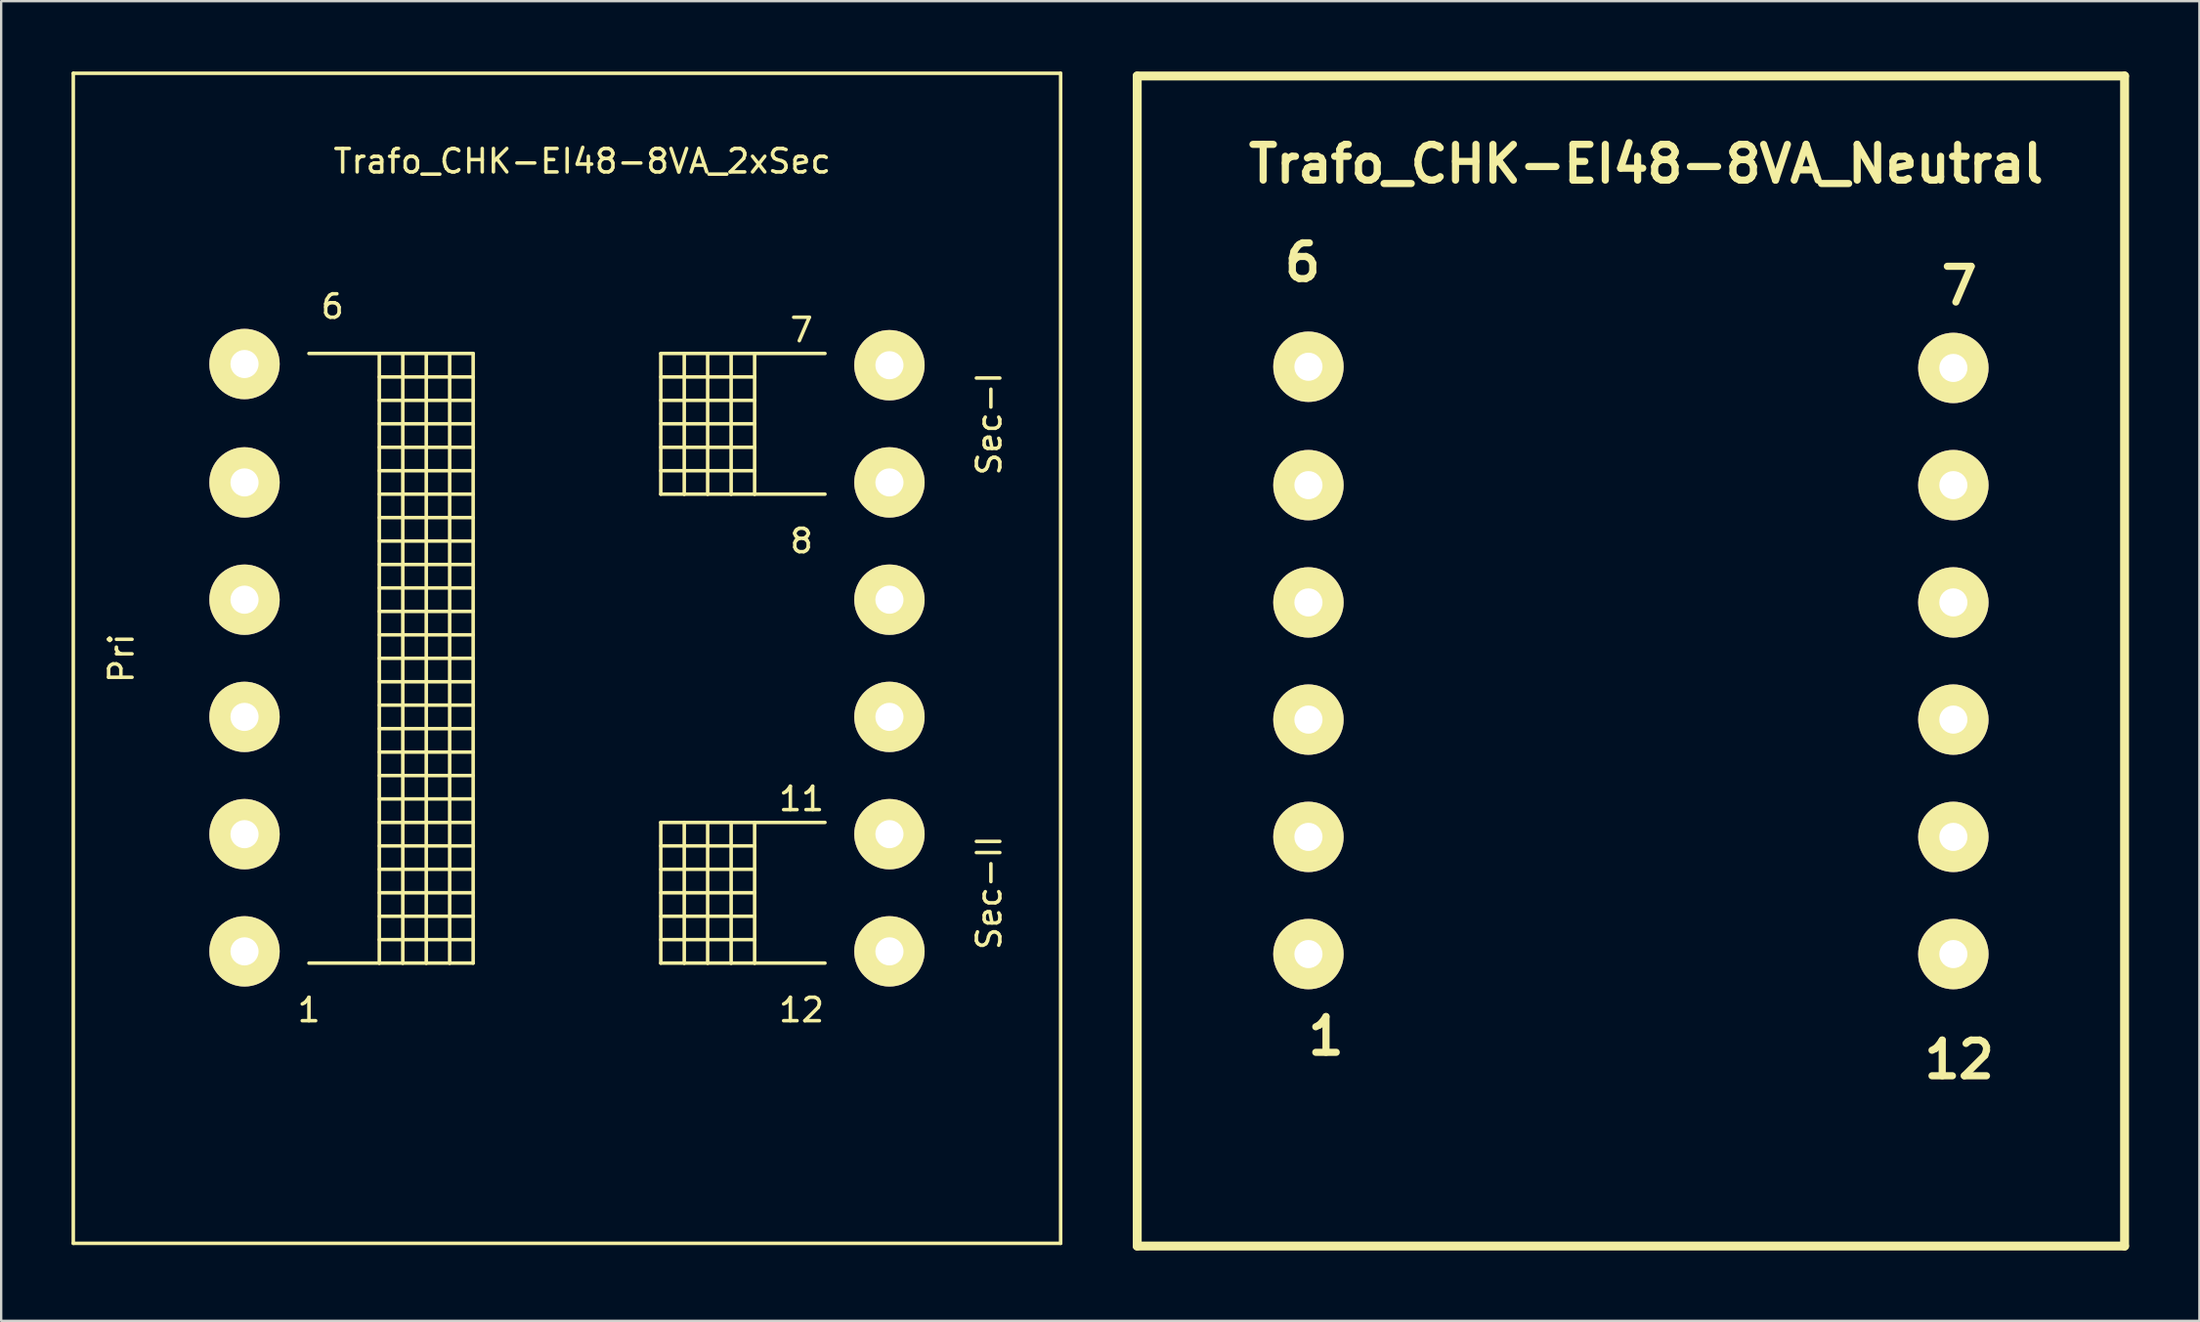
<source format=kicad_pcb>
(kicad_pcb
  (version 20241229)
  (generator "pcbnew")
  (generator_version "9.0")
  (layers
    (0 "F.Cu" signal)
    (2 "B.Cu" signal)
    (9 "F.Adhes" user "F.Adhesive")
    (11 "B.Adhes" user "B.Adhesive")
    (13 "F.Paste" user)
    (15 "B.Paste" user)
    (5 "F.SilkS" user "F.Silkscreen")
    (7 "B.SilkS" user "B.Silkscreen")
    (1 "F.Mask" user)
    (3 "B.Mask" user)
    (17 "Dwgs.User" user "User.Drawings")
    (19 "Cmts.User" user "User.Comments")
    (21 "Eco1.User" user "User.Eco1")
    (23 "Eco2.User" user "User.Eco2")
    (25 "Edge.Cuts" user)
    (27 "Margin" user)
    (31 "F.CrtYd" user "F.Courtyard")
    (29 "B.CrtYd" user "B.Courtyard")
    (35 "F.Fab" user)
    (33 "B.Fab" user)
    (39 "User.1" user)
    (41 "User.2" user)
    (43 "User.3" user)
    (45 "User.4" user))
  (footprint "Trafo_CHK-EI48-8VA_2xSec"
    (layer "F.Cu")
    (at 21.124 25.025)
    (property "Reference" "Trafo_CHK-EI48-8VA_2xSec" (at 0.65 -21.199 0) (layer "F.SilkS") (effects (font (size 1 1) (thickness 0.15))))
    (attr through_hole)
    (fp_line (start -21.049 -24.95) (end 21.049 -24.95) (stroke (width 0.15) (type solid)) (layer "F.SilkS"))
    (fp_line (start -21.049 24.95) (end -21.049 -24.95) (stroke (width 0.15) (type solid)) (layer "F.SilkS"))
    (fp_line (start -11.001 -13) (end -8.001 -13) (stroke (width 0.15) (type solid)) (layer "F.SilkS"))
    (fp_line (start -8.001 -13) (end -8.001 13) (stroke (width 0.15) (type solid)) (layer "F.SilkS"))
    (fp_line (start -8.001 -13) (end -7 -13) (stroke (width 0.15) (type solid)) (layer "F.SilkS"))
    (fp_line (start -8.001 -11.999) (end -4 -11.999) (stroke (width 0.15) (type solid)) (layer "F.SilkS"))
    (fp_line (start -8.001 -11.001) (end -4 -11.001) (stroke (width 0.15) (type solid)) (layer "F.SilkS"))
    (fp_line (start -8.001 -10) (end -4 -10) (stroke (width 0.15) (type solid)) (layer "F.SilkS"))
    (fp_line (start -8.001 -8.999) (end -4 -8.999) (stroke (width 0.15) (type solid)) (layer "F.SilkS"))
    (fp_line (start -8.001 -8.001) (end -4 -8.001) (stroke (width 0.15) (type solid)) (layer "F.SilkS"))
    (fp_line (start -8.001 -7) (end -4 -7) (stroke (width 0.15) (type solid)) (layer "F.SilkS"))
    (fp_line (start -8.001 -5.999) (end -4 -5.999) (stroke (width 0.15) (type solid)) (layer "F.SilkS"))
    (fp_line (start -8.001 -5.001) (end -4 -5.001) (stroke (width 0.15) (type solid)) (layer "F.SilkS"))
    (fp_line (start -8.001 -4) (end -4 -4) (stroke (width 0.15) (type solid)) (layer "F.SilkS"))
    (fp_line (start -8.001 -3) (end -4 -3) (stroke (width 0.15) (type solid)) (layer "F.SilkS"))
    (fp_line (start -8.001 -1.001) (end -4 -1.001) (stroke (width 0.15) (type solid)) (layer "F.SilkS"))
    (fp_line (start -8.001 0) (end -4 0) (stroke (width 0.15) (type solid)) (layer "F.SilkS"))
    (fp_line (start -8.001 1.999) (end -4 1.999) (stroke (width 0.15) (type solid)) (layer "F.SilkS"))
    (fp_line (start -8.001 4) (end -4 4) (stroke (width 0.15) (type solid)) (layer "F.SilkS"))
    (fp_line (start -8.001 5.999) (end -4 5.999) (stroke (width 0.15) (type solid)) (layer "F.SilkS"))
    (fp_line (start -8.001 8.001) (end -4 8.001) (stroke (width 0.15) (type solid)) (layer "F.SilkS"))
    (fp_line (start -8.001 10) (end -4 10) (stroke (width 0.15) (type solid)) (layer "F.SilkS"))
    (fp_line (start -8.001 11.999) (end -4 11.999) (stroke (width 0.15) (type solid)) (layer "F.SilkS"))
    (fp_line (start -8.001 13) (end -11.001 13) (stroke (width 0.15) (type solid)) (layer "F.SilkS"))
    (fp_line (start -7 -13) (end -7 13) (stroke (width 0.15) (type solid)) (layer "F.SilkS"))
    (fp_line (start -7 -13) (end -5.999 -13) (stroke (width 0.15) (type solid)) (layer "F.SilkS"))
    (fp_line (start -7 13) (end -8.001 13) (stroke (width 0.15) (type solid)) (layer "F.SilkS"))
    (fp_line (start -5.999 -13) (end -5.999 13) (stroke (width 0.15) (type solid)) (layer "F.SilkS"))
    (fp_line (start -5.999 -13) (end -5.001 -13) (stroke (width 0.15) (type solid)) (layer "F.SilkS"))
    (fp_line (start -5.999 13) (end -7 13) (stroke (width 0.15) (type solid)) (layer "F.SilkS"))
    (fp_line (start -5.001 -13) (end -5.001 13) (stroke (width 0.15) (type solid)) (layer "F.SilkS"))
    (fp_line (start -5.001 -13) (end -4 -13) (stroke (width 0.15) (type solid)) (layer "F.SilkS"))
    (fp_line (start -5.001 13) (end -5.999 13) (stroke (width 0.15) (type solid)) (layer "F.SilkS"))
    (fp_line (start -4 -13) (end -4 13) (stroke (width 0.15) (type solid)) (layer "F.SilkS"))
    (fp_line (start -4 -1.999) (end -8.001 -1.999) (stroke (width 0.15) (type solid)) (layer "F.SilkS"))
    (fp_line (start -4 1.001) (end -8.001 1.001) (stroke (width 0.15) (type solid)) (layer "F.SilkS"))
    (fp_line (start -4 3) (end -8.001 3) (stroke (width 0.15) (type solid)) (layer "F.SilkS"))
    (fp_line (start -4 5.001) (end -8.001 5.001) (stroke (width 0.15) (type solid)) (layer "F.SilkS"))
    (fp_line (start -4 7) (end -8.001 7) (stroke (width 0.15) (type solid)) (layer "F.SilkS"))
    (fp_line (start -4 8.999) (end -8.001 8.999) (stroke (width 0.15) (type solid)) (layer "F.SilkS"))
    (fp_line (start -4 11.001) (end -8.001 11.001) (stroke (width 0.15) (type solid)) (layer "F.SilkS"))
    (fp_line (start -4 13) (end -5.001 13) (stroke (width 0.15) (type solid)) (layer "F.SilkS"))
    (fp_line (start 4 -13) (end 4 -7) (stroke (width 0.15) (type solid)) (layer "F.SilkS"))
    (fp_line (start 4 -11.999) (end 8.001 -11.999) (stroke (width 0.15) (type solid)) (layer "F.SilkS"))
    (fp_line (start 4 -11.001) (end 8.001 -11.001) (stroke (width 0.15) (type solid)) (layer "F.SilkS"))
    (fp_line (start 4 -10) (end 8.001 -10) (stroke (width 0.15) (type solid)) (layer "F.SilkS"))
    (fp_line (start 4 -8.999) (end 8.001 -8.999) (stroke (width 0.15) (type solid)) (layer "F.SilkS"))
    (fp_line (start 4 -8.001) (end 8.001 -8.001) (stroke (width 0.15) (type solid)) (layer "F.SilkS"))
    (fp_line (start 4 -7) (end 5.001 -7) (stroke (width 0.15) (type solid)) (layer "F.SilkS"))
    (fp_line (start 4 7) (end 4 13) (stroke (width 0.15) (type solid)) (layer "F.SilkS"))
    (fp_line (start 4 8.001) (end 8.001 8.001) (stroke (width 0.15) (type solid)) (layer "F.SilkS"))
    (fp_line (start 4 8.999) (end 8.001 8.999) (stroke (width 0.15) (type solid)) (layer "F.SilkS"))
    (fp_line (start 4 10) (end 8.001 10) (stroke (width 0.15) (type solid)) (layer "F.SilkS"))
    (fp_line (start 4 11.001) (end 8.001 11.001) (stroke (width 0.15) (type solid)) (layer "F.SilkS"))
    (fp_line (start 4 11.999) (end 8.001 11.999) (stroke (width 0.15) (type solid)) (layer "F.SilkS"))
    (fp_line (start 4 13) (end 5.001 13) (stroke (width 0.15) (type solid)) (layer "F.SilkS"))
    (fp_line (start 5.001 -13) (end 4 -13) (stroke (width 0.15) (type solid)) (layer "F.SilkS"))
    (fp_line (start 5.001 -13) (end 5.001 -7) (stroke (width 0.15) (type solid)) (layer "F.SilkS"))
    (fp_line (start 5.001 -7) (end 5.999 -7) (stroke (width 0.15) (type solid)) (layer "F.SilkS"))
    (fp_line (start 5.001 7) (end 4 7) (stroke (width 0.15) (type solid)) (layer "F.SilkS"))
    (fp_line (start 5.001 7) (end 5.001 13) (stroke (width 0.15) (type solid)) (layer "F.SilkS"))
    (fp_line (start 5.001 13) (end 5.999 13) (stroke (width 0.15) (type solid)) (layer "F.SilkS"))
    (fp_line (start 5.999 -13) (end 5.001 -13) (stroke (width 0.15) (type solid)) (layer "F.SilkS"))
    (fp_line (start 5.999 -13) (end 5.999 -7) (stroke (width 0.15) (type solid)) (layer "F.SilkS"))
    (fp_line (start 5.999 -7) (end 7 -7) (stroke (width 0.15) (type solid)) (layer "F.SilkS"))
    (fp_line (start 5.999 7) (end 5.001 7) (stroke (width 0.15) (type solid)) (layer "F.SilkS"))
    (fp_line (start 5.999 7) (end 5.999 13) (stroke (width 0.15) (type solid)) (layer "F.SilkS"))
    (fp_line (start 5.999 13) (end 7 13) (stroke (width 0.15) (type solid)) (layer "F.SilkS"))
    (fp_line (start 7 -13) (end 5.999 -13) (stroke (width 0.15) (type solid)) (layer "F.SilkS"))
    (fp_line (start 7 -13) (end 7 -7) (stroke (width 0.15) (type solid)) (layer "F.SilkS"))
    (fp_line (start 7 -7) (end 8.001 -7) (stroke (width 0.15) (type solid)) (layer "F.SilkS"))
    (fp_line (start 7 7) (end 5.999 7) (stroke (width 0.15) (type solid)) (layer "F.SilkS"))
    (fp_line (start 7 7) (end 7 13) (stroke (width 0.15) (type solid)) (layer "F.SilkS"))
    (fp_line (start 7 13) (end 8.001 13) (stroke (width 0.15) (type solid)) (layer "F.SilkS"))
    (fp_line (start 8.001 -13) (end 7 -13) (stroke (width 0.15) (type solid)) (layer "F.SilkS"))
    (fp_line (start 8.001 -13) (end 8.001 -7) (stroke (width 0.15) (type solid)) (layer "F.SilkS"))
    (fp_line (start 8.001 -7) (end 11.001 -7) (stroke (width 0.15) (type solid)) (layer "F.SilkS"))
    (fp_line (start 8.001 7) (end 7 7) (stroke (width 0.15) (type solid)) (layer "F.SilkS"))
    (fp_line (start 8.001 7) (end 8.001 13) (stroke (width 0.15) (type solid)) (layer "F.SilkS"))
    (fp_line (start 8.001 13) (end 11.001 13) (stroke (width 0.15) (type solid)) (layer "F.SilkS"))
    (fp_line (start 11.001 -13) (end 8.001 -13) (stroke (width 0.15) (type solid)) (layer "F.SilkS"))
    (fp_line (start 11.001 7) (end 8.001 7) (stroke (width 0.15) (type solid)) (layer "F.SilkS"))
    (fp_line (start 21.049 -24.95) (end 21.049 24.95) (stroke (width 0.15) (type solid)) (layer "F.SilkS"))
    (fp_line (start 21.049 24.95) (end -21.049 24.95) (stroke (width 0.15) (type solid)) (layer "F.SilkS"))
    (fp_text user "1" (at -11.001 15.001 0) (layer "F.SilkS") (effects (font (size 1 1) (thickness 0.15))))
    (fp_text user "Sec-I" (at 18.001 -10 90) (layer "F.SilkS") (effects (font (size 1 1) (thickness 0.15))))
    (fp_text user "6" (at -10 -15.001 0) (layer "F.SilkS") (effects (font (size 1 1) (thickness 0.15))))
    (fp_text user "11" (at 10 5.999 0) (layer "F.SilkS") (effects (font (size 1 1) (thickness 0.15))))
    (fp_text user "Sec-II" (at 18.001 10 90) (layer "F.SilkS") (effects (font (size 1 1) (thickness 0.15))))
    (fp_text user "8" (at 10 -5.001 0) (layer "F.SilkS") (effects (font (size 1 1) (thickness 0.15))))
    (fp_text user "12" (at 10 15.001 0) (layer "F.SilkS") (effects (font (size 1 1) (thickness 0.15))))
    (fp_text user "Pri" (at -18.999 0 90) (layer "F.SilkS") (effects (font (size 1 1) (thickness 0.15))))
    (fp_text user "7" (at 10 -14 0) (layer "F.SilkS") (effects (font (size 1 1) (thickness 0.15))))
    (pad "1" thru_hole circle (at -13.749 12.499) (size 3 3) (drill 1.199) (layers "*.Cu" "*.Mask" "F.SilkS"))
    (pad "2" thru_hole circle (at -13.749 7.501) (size 3 3) (drill 1.199) (layers "*.Cu" "*.Mask" "F.SilkS"))
    (pad "3" thru_hole circle (at -13.749 2.499) (size 3 3) (drill 1.199) (layers "*.Cu" "*.Mask" "F.SilkS"))
    (pad "4" thru_hole circle (at -13.749 -2.499) (size 3 3) (drill 1.199) (layers "*.Cu" "*.Mask" "F.SilkS"))
    (pad "5" thru_hole circle (at -13.749 -7.501) (size 3 3) (drill 1.199) (layers "*.Cu" "*.Mask" "F.SilkS"))
    (pad "6" thru_hole circle (at -13.749 -12.55) (size 3 3) (drill 1.199) (layers "*.Cu" "*.Mask" "F.SilkS"))
    (pad "7" thru_hole circle (at 13.749 -12.499) (size 3 3) (drill 1.199) (layers "*.Cu" "*.Mask" "F.SilkS"))
    (pad "8" thru_hole circle (at 13.749 -7.501) (size 3 3) (drill 1.199) (layers "*.Cu" "*.Mask" "F.SilkS"))
    (pad "9" thru_hole circle (at 13.749 -2.499) (size 3 3) (drill 1.199) (layers "*.Cu" "*.Mask" "F.SilkS"))
    (pad "10" thru_hole circle (at 13.749 2.499) (size 3 3) (drill 1.199) (layers "*.Cu" "*.Mask" "F.SilkS"))
    (pad "11" thru_hole circle (at 13.749 7.501) (size 3 3) (drill 1.199) (layers "*.Cu" "*.Mask" "F.SilkS"))
    (pad "12" thru_hole circle (at 13.749 12.499) (size 3 3) (drill 1.199) (layers "*.Cu" "*.Mask" "F.SilkS")))
  (footprint "Trafo_CHK-EI48-8VA_Neutral"
    (layer "F.Cu")
    (at 66.487 25.141)
    (property "Reference" "Trafo_CHK-EI48-8VA_Neutral" (at 0.65 -21.199 0) (layer "F.SilkS") (effects (font (size 1.524 1.524) (thickness 0.305))))
    (attr through_hole)
    (fp_line (start -21.049 -24.95) (end 21.049 -24.95) (stroke (width 0.381) (type solid)) (layer "F.SilkS"))
    (fp_line (start -21.049 24.95) (end -21.049 -24.95) (stroke (width 0.381) (type solid)) (layer "F.SilkS"))
    (fp_line (start 21.049 -24.95) (end 21.049 24.95) (stroke (width 0.381) (type solid)) (layer "F.SilkS"))
    (fp_line (start 21.049 24.95) (end -21.049 24.95) (stroke (width 0.381) (type solid)) (layer "F.SilkS"))
    (fp_text user "6" (at -14 -17 0) (layer "F.SilkS") (effects (font (size 1.524 1.524) (thickness 0.305))))
    (fp_text user "1" (at -13 15.999 0) (layer "F.SilkS") (effects (font (size 1.524 1.524) (thickness 0.305))))
    (fp_text user "12" (at 14 17 0) (layer "F.SilkS") (effects (font (size 1.524 1.524) (thickness 0.305))))
    (fp_text user "7" (at 14 -15.999 0) (layer "F.SilkS") (effects (font (size 1.524 1.524) (thickness 0.305))))
    (pad "1" thru_hole circle (at -13.749 12.499) (size 3 3) (drill 1.199) (layers "*.Cu" "*.Mask" "F.SilkS"))
    (pad "2" thru_hole circle (at -13.749 7.501) (size 3 3) (drill 1.199) (layers "*.Cu" "*.Mask" "F.SilkS"))
    (pad "3" thru_hole circle (at -13.749 2.499) (size 3 3) (drill 1.199) (layers "*.Cu" "*.Mask" "F.SilkS"))
    (pad "4" thru_hole circle (at -13.749 -2.499) (size 3 3) (drill 1.199) (layers "*.Cu" "*.Mask" "F.SilkS"))
    (pad "5" thru_hole circle (at -13.749 -7.501) (size 3 3) (drill 1.199) (layers "*.Cu" "*.Mask" "F.SilkS"))
    (pad "6" thru_hole circle (at -13.749 -12.55) (size 3 3) (drill 1.199) (layers "*.Cu" "*.Mask" "F.SilkS"))
    (pad "7" thru_hole circle (at 13.749 -12.499) (size 3 3) (drill 1.199) (layers "*.Cu" "*.Mask" "F.SilkS"))
    (pad "8" thru_hole circle (at 13.749 -7.501) (size 3 3) (drill 1.199) (layers "*.Cu" "*.Mask" "F.SilkS"))
    (pad "9" thru_hole circle (at 13.749 -2.499) (size 3 3) (drill 1.199) (layers "*.Cu" "*.Mask" "F.SilkS"))
    (pad "10" thru_hole circle (at 13.749 2.499) (size 3 3) (drill 1.199) (layers "*.Cu" "*.Mask" "F.SilkS"))
    (pad "11" thru_hole circle (at 13.749 7.501) (size 3 3) (drill 1.199) (layers "*.Cu" "*.Mask" "F.SilkS"))
    (pad "12" thru_hole circle (at 13.749 12.499) (size 3 3) (drill 1.199) (layers "*.Cu" "*.Mask" "F.SilkS")))
  (gr_rect
    (start -3 -3)
    (end 90.727 53.282)
    (stroke (width 0.1) (type default))
    (fill no)
    (layer "Edge.Cuts")))
</source>
